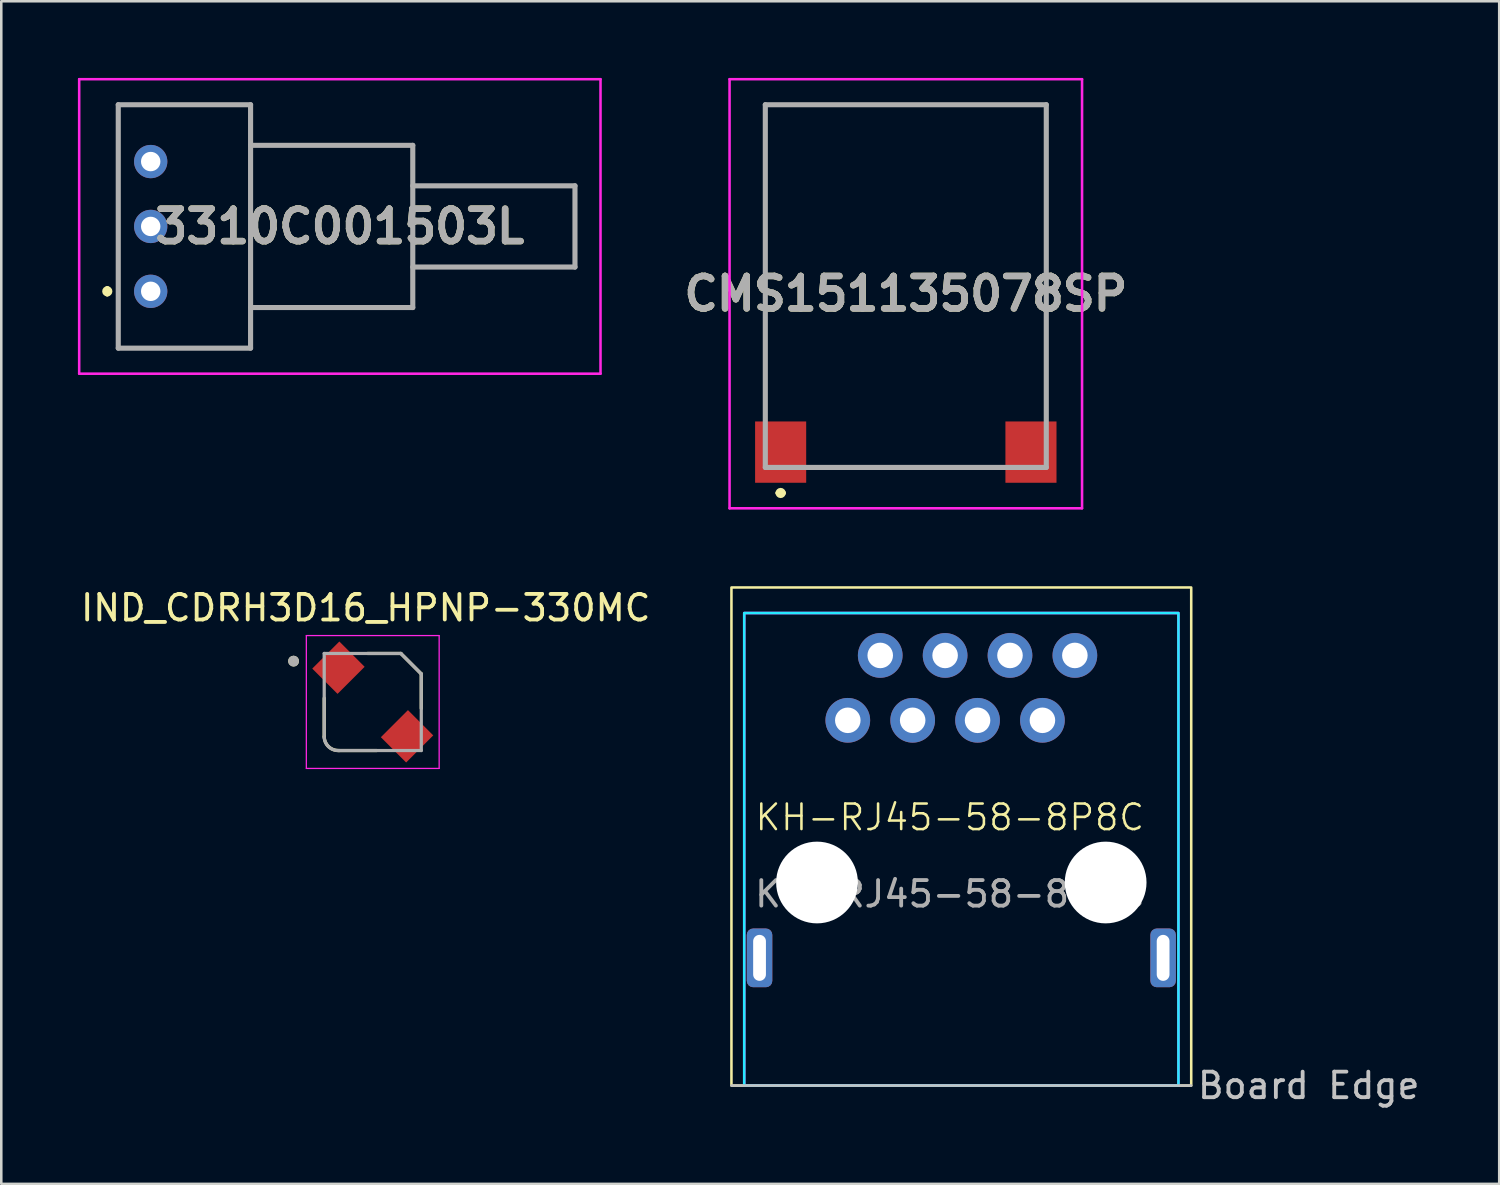
<source format=kicad_pcb>
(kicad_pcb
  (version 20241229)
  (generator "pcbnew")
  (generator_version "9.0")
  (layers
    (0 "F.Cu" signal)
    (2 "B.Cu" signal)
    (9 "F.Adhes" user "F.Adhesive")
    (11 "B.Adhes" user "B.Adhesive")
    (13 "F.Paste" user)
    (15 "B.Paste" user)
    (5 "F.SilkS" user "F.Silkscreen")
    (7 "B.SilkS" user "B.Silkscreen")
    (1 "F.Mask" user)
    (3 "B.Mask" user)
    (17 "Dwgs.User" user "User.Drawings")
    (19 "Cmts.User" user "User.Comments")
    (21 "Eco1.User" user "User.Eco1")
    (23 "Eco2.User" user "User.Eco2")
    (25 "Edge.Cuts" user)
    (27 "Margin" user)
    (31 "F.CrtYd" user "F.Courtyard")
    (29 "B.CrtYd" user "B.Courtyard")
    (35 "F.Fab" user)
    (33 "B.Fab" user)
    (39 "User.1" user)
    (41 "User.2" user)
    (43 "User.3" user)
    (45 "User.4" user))
  (footprint "IND_CDRH3D16_HPNP-330MC"
    (layer "F.Cu")
    (at 11.543 24.433)
    (property "Reference" "IND_CDRH3D16_HPNP-330MC" (at -0.275 -3.685 0) (layer "F.SilkS") (effects (font (size 1 1) (thickness 0.15))))
    (attr through_hole)
    (fp_line (start -1.9 -0.15) (end -1.9 1.35) (stroke (width 0.127) (type solid)) (layer "F.SilkS"))
    (fp_line (start -1.35 1.9) (end 0.15 1.9) (stroke (width 0.127) (type solid)) (layer "F.SilkS"))
    (fp_line (start -0.2 -1.9) (end 1.1 -1.9) (stroke (width 0.127) (type solid)) (layer "F.SilkS"))
    (fp_line (start 1.1 -1.9) (end 1.9 -1.1) (stroke (width 0.127) (type solid)) (layer "F.SilkS"))
    (fp_line (start 1.9 -1.1) (end 1.9 0.25) (stroke (width 0.127) (type solid)) (layer "F.SilkS"))
    (fp_arc (start -1.35 1.9) (mid -1.738909 1.738909) (end -1.9 1.35) (stroke (width 0.127) (type solid)) (layer "F.SilkS"))
    (fp_circle (center -3.1 -1.6) (end -2.988 -1.6) (stroke (width 0.2) (type solid)) (fill no) (layer "F.SilkS"))
    (fp_line (start -2.6 -2.6) (end 2.6 -2.6) (stroke (width 0.05) (type solid)) (layer "F.CrtYd"))
    (fp_line (start -2.6 2.6) (end -2.6 -2.6) (stroke (width 0.05) (type solid)) (layer "F.CrtYd"))
    (fp_line (start 2.6 -2.6) (end 2.6 2.6) (stroke (width 0.05) (type solid)) (layer "F.CrtYd"))
    (fp_line (start 2.6 2.6) (end -2.6 2.6) (stroke (width 0.05) (type solid)) (layer "F.CrtYd"))
    (fp_line (start -1.9 -1.9) (end 1.1 -1.9) (stroke (width 0.127) (type solid)) (layer "F.Fab"))
    (fp_line (start -1.9 1.4) (end -1.9 -1.9) (stroke (width 0.127) (type solid)) (layer "F.Fab"))
    (fp_line (start 1.1 -1.9) (end 1.9 -1.1) (stroke (width 0.127) (type solid)) (layer "F.Fab"))
    (fp_line (start 1.9 -1.1) (end 1.9 1.9) (stroke (width 0.127) (type solid)) (layer "F.Fab"))
    (fp_line (start 1.9 1.9) (end -1.3 1.9) (stroke (width 0.127) (type solid)) (layer "F.Fab"))
    (fp_arc (start -1.3 1.9) (mid -1.703553 1.774264) (end -1.9 1.4) (stroke (width 0.127) (type solid)) (layer "F.Fab"))
    (fp_circle (center -3.1 -1.6) (end -2.988 -1.6) (stroke (width 0.2) (type solid)) (fill no) (layer "F.Fab"))
    (pad "1" smd rect (at -1.343 -1.343 315) (size 1.4 1.5) (layers "F.Cu" "F.Mask" "F.Paste"))
    (pad "2" smd rect (at 1.343 1.343 315) (size 1.4 1.5) (layers "F.Cu" "F.Mask" "F.Paste")))
  (footprint "KH-RJ45-58-8P8C"
    (layer "F.Cu")
    (at 34.586 39.45)
    (property "Reference" "KH-RJ45-58-8P8C" (at -0.45 -10.5 0) (unlocked yes) (layer "F.SilkS") (effects (font (size 1 1) (thickness 0.1))))
    (attr smd)
    (fp_rect (start -9 -19.5) (end 9 0) (stroke (width 0.1) (type default)) (fill no) (layer "F.SilkS"))
    (fp_line (start -9 0) (end 9 0) (stroke (width 0.1) (type default)) (layer "Dwgs.User"))
    (fp_rect (start -8.5 -18.5) (end 8.5 0) (stroke (width 0.1) (type default)) (fill no) (layer "B.CrtYd"))
    (fp_rect (start -8.5 -18.5) (end 8.5 0) (stroke (width 0.1) (type default)) (fill no) (layer "F.CrtYd"))
    (fp_text user "Board Edge" (at 13.6 0 0) (unlocked yes) (layer "Dwgs.User") (effects (font (size 1 1) (thickness 0.15))))
    (fp_text user "${REFERENCE}" (at -0.45 -7.5 0) (unlocked yes) (layer "F.Fab") (effects (font (size 1 1) (thickness 0.15))))
    (pad "" np_thru_hole circle (at -5.65 -7.95) (size 3.2 3.2) (drill 3.2) (layers "*.Cu" "*.Mask"))
    (pad "" np_thru_hole circle (at 5.65 -7.95) (size 3.2 3.2) (drill 3.2) (layers "*.Cu" "*.Mask"))
    (pad "1" thru_hole circle (at -4.445 -14.3) (size 1.75 1.75) (drill 1) (layers "*.Cu" "*.Mask"))
    (pad "2" thru_hole circle (at -3.175 -16.84) (size 1.75 1.75) (drill 1) (layers "*.Cu" "*.Mask"))
    (pad "3" thru_hole circle (at -1.905 -14.3) (size 1.75 1.75) (drill 1) (layers "*.Cu" "*.Mask"))
    (pad "4" thru_hole circle (at -0.635 -16.84) (size 1.75 1.75) (drill 1) (layers "*.Cu" "*.Mask"))
    (pad "5" thru_hole circle (at 0.635 -14.3) (size 1.75 1.75) (drill 1) (layers "*.Cu" "*.Mask"))
    (pad "6" thru_hole circle (at 1.905 -16.84) (size 1.75 1.75) (drill 1) (layers "*.Cu" "*.Mask"))
    (pad "7" thru_hole circle (at 3.175 -14.3) (size 1.75 1.75) (drill 1) (layers "*.Cu" "*.Mask"))
    (pad "8" thru_hole circle (at 4.445 -16.84) (size 1.75 1.75) (drill 1) (layers "*.Cu" "*.Mask"))
    (pad "SH" thru_hole roundrect (at -7.9 -5) (size 1 2.3) (drill oval 0.5 1.8) (layers "*.Cu" "*.Mask") (roundrect_rratio 0.25))
    (pad "SH" thru_hole roundrect (at 7.9 -5) (size 1 2.3) (drill oval 0.5 1.8) (layers "*.Cu" "*.Mask") (roundrect_rratio 0.25)))
  (footprint "3310C001503L"
    (layer "F.Cu")
    (at 2.85 8.355)
    (property "Reference" "3310C001503L" (at 7.405 -2.54 0) (layer "F.SilkS") (effects (font (size 1.27 1.27) (thickness 0.254))))
    (attr through_hole)
    (fp_line (start -1.7 -0.1) (end -1.7 -0.1) (stroke (width 0.2) (type solid)) (layer "F.SilkS"))
    (fp_line (start -1.7 0.1) (end -1.7 0.1) (stroke (width 0.2) (type solid)) (layer "F.SilkS"))
    (fp_line (start -1.27 -7.305) (end 3.91 -7.305) (stroke (width 0.1) (type solid)) (layer "F.SilkS"))
    (fp_line (start -1.27 2.225) (end -1.27 -7.305) (stroke (width 0.1) (type solid)) (layer "F.SilkS"))
    (fp_line (start 3.91 -7.305) (end 3.91 2.225) (stroke (width 0.1) (type solid)) (layer "F.SilkS"))
    (fp_line (start 3.91 2.225) (end -1.27 2.225) (stroke (width 0.1) (type solid)) (layer "F.SilkS"))
    (fp_arc (start -1.7 -0.1) (mid -1.6 0) (end -1.7 0.1) (stroke (width 0.2) (type solid)) (layer "F.SilkS"))
    (fp_arc (start -1.7 0.1) (mid -1.8 0) (end -1.7 -0.1) (stroke (width 0.2) (type solid)) (layer "F.SilkS"))
    (fp_line (start -2.8 -8.305) (end 17.61 -8.305) (stroke (width 0.1) (type solid)) (layer "F.CrtYd"))
    (fp_line (start -2.8 3.225) (end -2.8 -8.305) (stroke (width 0.1) (type solid)) (layer "F.CrtYd"))
    (fp_line (start 17.61 -8.305) (end 17.61 3.225) (stroke (width 0.1) (type solid)) (layer "F.CrtYd"))
    (fp_line (start 17.61 3.225) (end -2.8 3.225) (stroke (width 0.1) (type solid)) (layer "F.CrtYd"))
    (fp_line (start -1.27 -7.305) (end 3.91 -7.305) (stroke (width 0.2) (type solid)) (layer "F.Fab"))
    (fp_line (start -1.27 2.225) (end -1.27 -7.305) (stroke (width 0.2) (type solid)) (layer "F.Fab"))
    (fp_line (start 3.91 -7.305) (end 3.91 2.225) (stroke (width 0.2) (type solid)) (layer "F.Fab"))
    (fp_line (start 3.91 -5.715) (end 10.26 -5.715) (stroke (width 0.2) (type solid)) (layer "F.Fab"))
    (fp_line (start 3.91 2.225) (end -1.27 2.225) (stroke (width 0.2) (type solid)) (layer "F.Fab"))
    (fp_line (start 10.26 -5.715) (end 10.26 0.635) (stroke (width 0.2) (type solid)) (layer "F.Fab"))
    (fp_line (start 10.26 -4.13) (end 16.61 -4.13) (stroke (width 0.2) (type solid)) (layer "F.Fab"))
    (fp_line (start 10.26 0.635) (end 3.91 0.635) (stroke (width 0.2) (type solid)) (layer "F.Fab"))
    (fp_line (start 16.61 -4.13) (end 16.61 -0.95) (stroke (width 0.2) (type solid)) (layer "F.Fab"))
    (fp_line (start 16.61 -0.95) (end 10.26 -0.95) (stroke (width 0.2) (type solid)) (layer "F.Fab"))
    (fp_text user "${REFERENCE}" (at 7.405 -2.54 0) (layer "F.Fab") (effects (font (size 1.27 1.27) (thickness 0.254))))
    (pad "1" thru_hole circle (at 0 0) (size 1.303 1.303) (drill 0.76) (layers "*.Cu" "*.Mask"))
    (pad "2" thru_hole circle (at 0 -2.54) (size 1.303 1.303) (drill 0.76) (layers "*.Cu" "*.Mask"))
    (pad "3" thru_hole circle (at 0 -5.08) (size 1.303 1.303) (drill 0.76) (layers "*.Cu" "*.Mask")))
  (footprint "CMS151135078SP"
    (layer "F.Cu")
    (at 32.412 8.15)
    (property "Reference" "CMS151135078SP" (at 0 0.3 0) (layer "F.SilkS") (effects (font (size 1.27 1.27) (thickness 0.254))))
    (attr smd)
    (fp_line (start -5.5 -7.1) (end 5.5 -7.1) (stroke (width 0.1) (type solid)) (layer "F.SilkS"))
    (fp_line (start -5.5 4) (end -5.5 -7.1) (stroke (width 0.1) (type solid)) (layer "F.SilkS"))
    (fp_line (start -5 8.1) (end -5 8.1) (stroke (width 0.2) (type solid)) (layer "F.SilkS"))
    (fp_line (start -4.8 8.1) (end -4.8 8.1) (stroke (width 0.2) (type solid)) (layer "F.SilkS"))
    (fp_line (start -2.54 7.1) (end 2.54 7.1) (stroke (width 0.1) (type solid)) (layer "F.SilkS"))
    (fp_line (start 5.5 -7.1) (end 5.5 4) (stroke (width 0.1) (type solid)) (layer "F.SilkS"))
    (fp_arc (start -5 8.1) (mid -4.9 8) (end -4.8 8.1) (stroke (width 0.2) (type solid)) (layer "F.SilkS"))
    (fp_arc (start -4.8 8.1) (mid -4.9 8.2) (end -5 8.1) (stroke (width 0.2) (type solid)) (layer "F.SilkS"))
    (fp_line (start -6.9 -8.1) (end 6.9 -8.1) (stroke (width 0.1) (type solid)) (layer "F.CrtYd"))
    (fp_line (start -6.9 8.7) (end -6.9 -8.1) (stroke (width 0.1) (type solid)) (layer "F.CrtYd"))
    (fp_line (start 6.9 -8.1) (end 6.9 8.7) (stroke (width 0.1) (type solid)) (layer "F.CrtYd"))
    (fp_line (start 6.9 8.7) (end -6.9 8.7) (stroke (width 0.1) (type solid)) (layer "F.CrtYd"))
    (fp_line (start -5.5 -7.1) (end 5.5 -7.1) (stroke (width 0.2) (type solid)) (layer "F.Fab"))
    (fp_line (start -5.5 7.1) (end -5.5 -7.1) (stroke (width 0.2) (type solid)) (layer "F.Fab"))
    (fp_line (start 5.5 -7.1) (end 5.5 7.1) (stroke (width 0.2) (type solid)) (layer "F.Fab"))
    (fp_line (start 5.5 7.1) (end -5.5 7.1) (stroke (width 0.2) (type solid)) (layer "F.Fab"))
    (fp_text user "${REFERENCE}" (at 0 0.3 0) (layer "F.Fab") (effects (font (size 1.27 1.27) (thickness 0.254))))
    (pad "1" smd rect (at -4.9 6.5) (size 2 2.4) (layers "F.Cu" "F.Mask" "F.Paste"))
    (pad "2" smd rect (at 4.9 6.5) (size 2 2.4) (layers "F.Cu" "F.Mask" "F.Paste")))
  (gr_rect
    (start -3 -3)
    (end 55.644 43.298)
    (stroke (width 0.1) (type default))
    (fill no)
    (layer "Edge.Cuts")))
</source>
